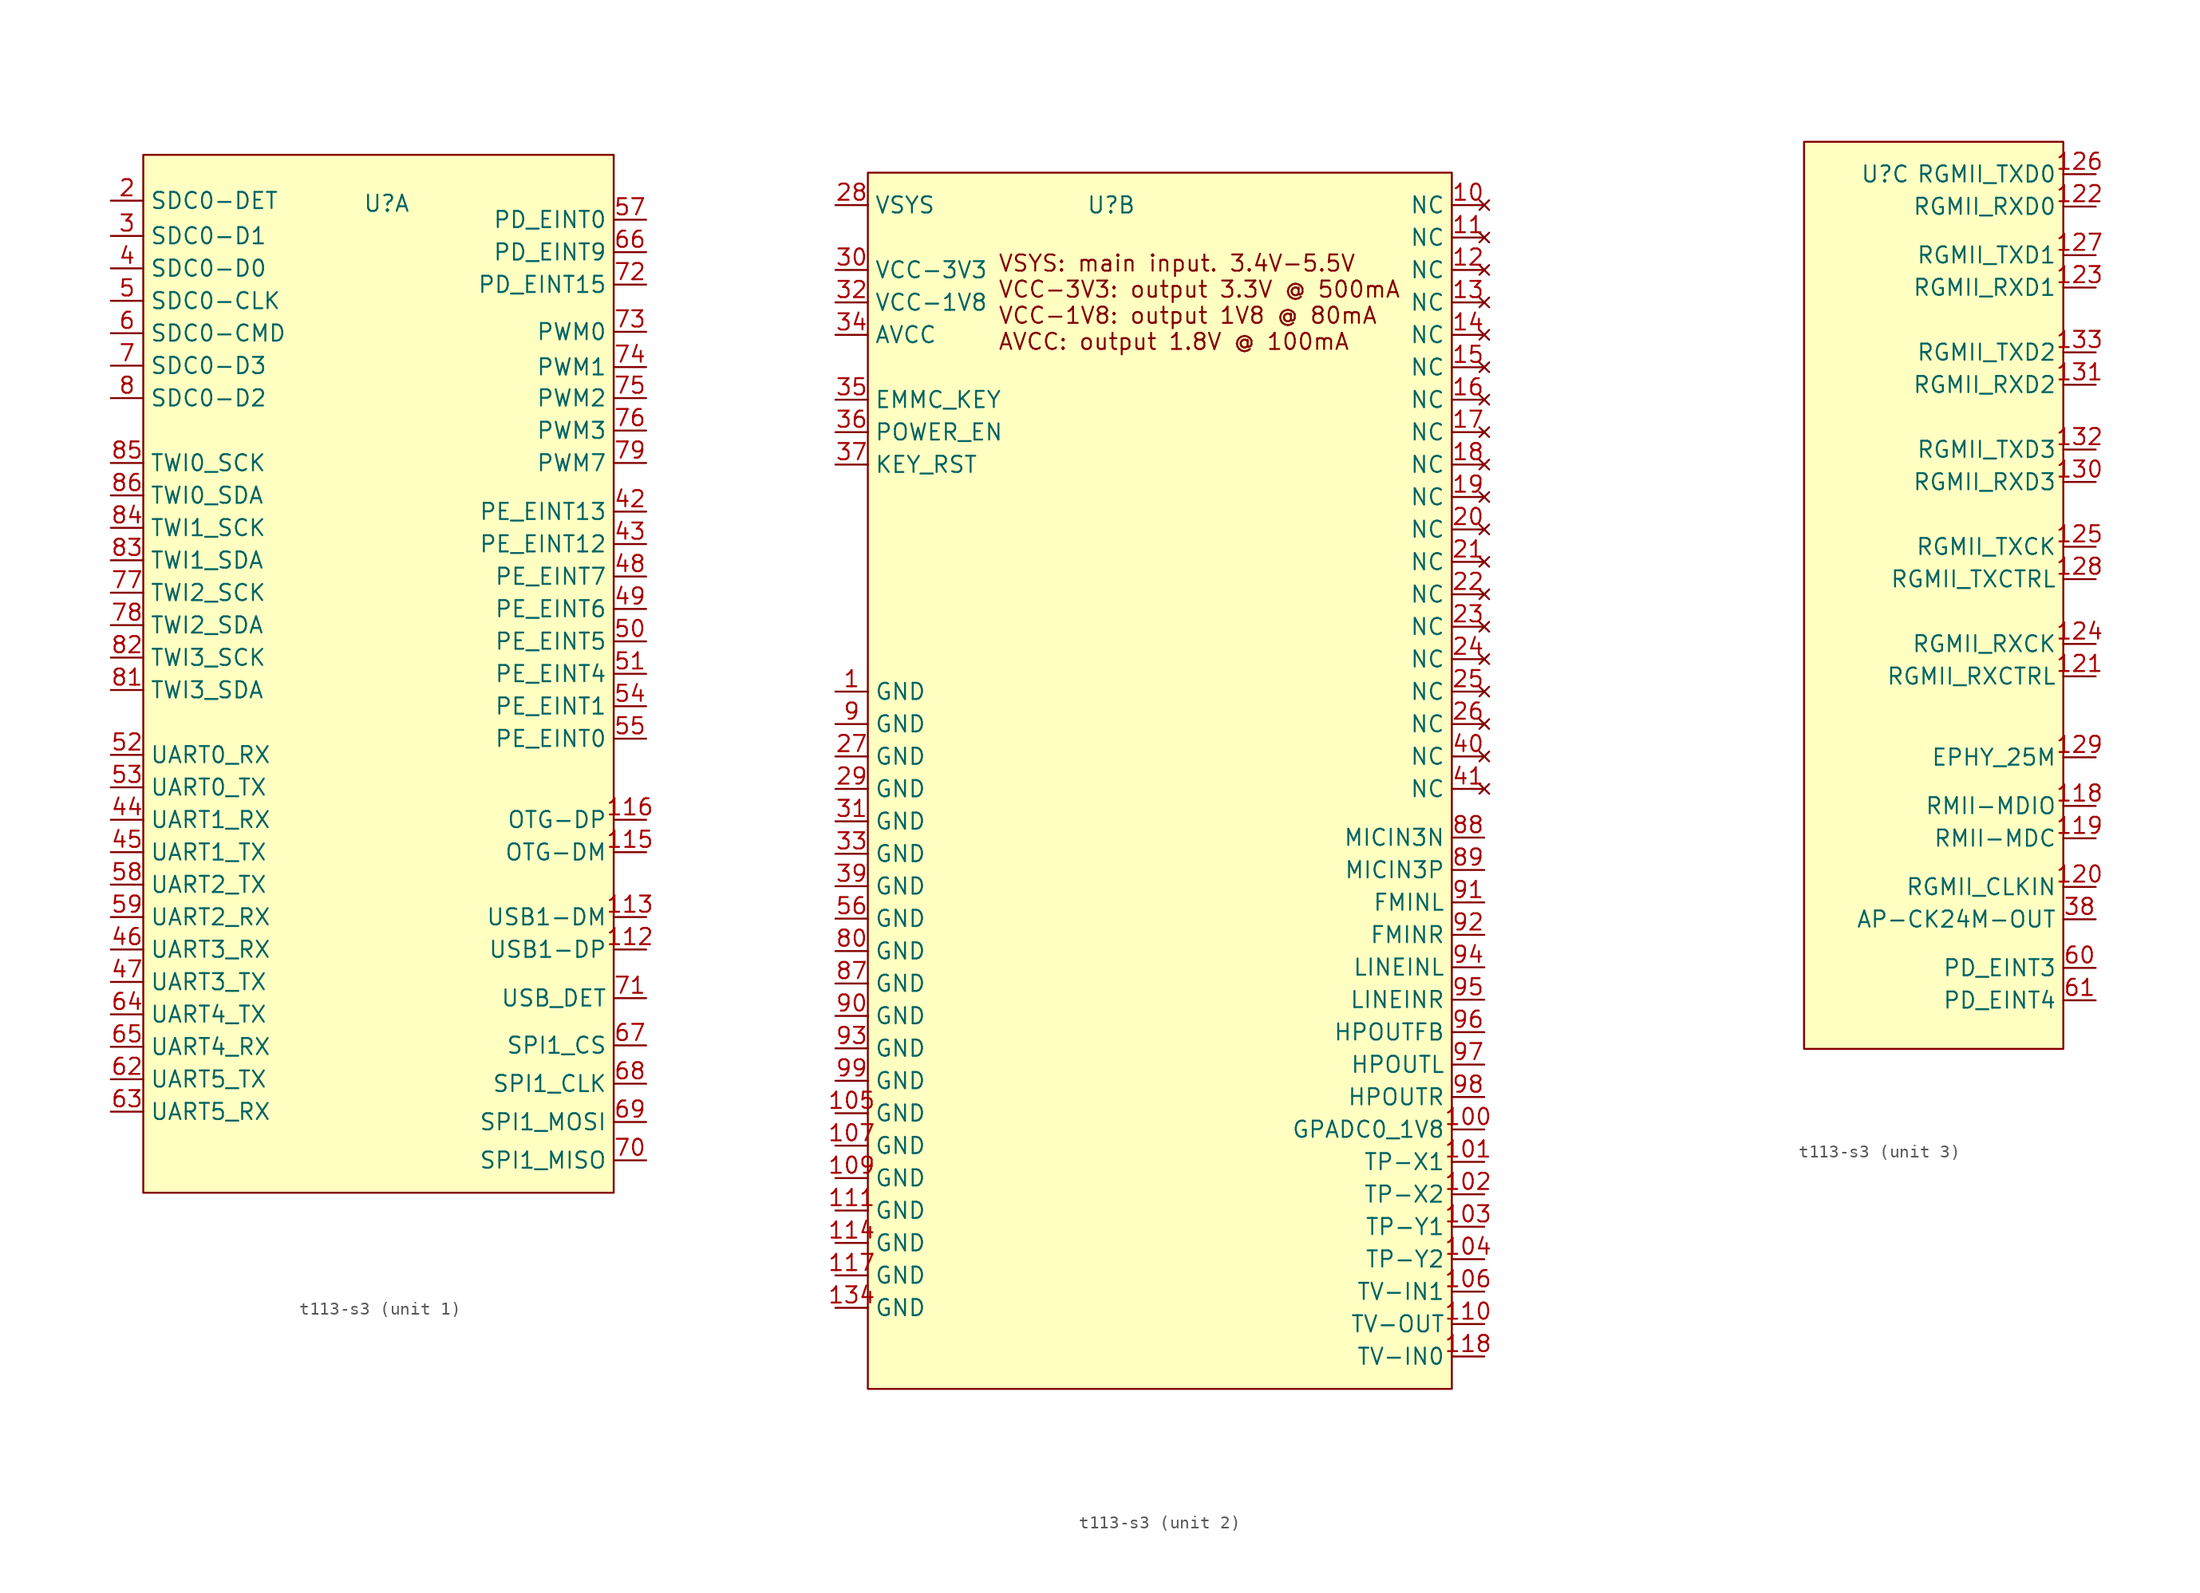
<source format=kicad_sym>
(kicad_symbol_lib
  (version 20220914)
  (generator kicad_symbol_editor)
  (symbol "t113-s3"
    (property "Reference" "U"
      (at 87.63 16.51 0)
      (effects (font (size 1.27 1.27))))
    (property "Value" ""
      (at 69.85 1.27 0)
      (effects (font (size 1.27 1.27))))
    (property "ki_locked" ""
      (at 0 0 0)
      (effects (font (size 1.27 1.27))))
    (symbol "t113-s3_1_1"
      (rectangle (start 68.58 20.32) (end 105.41 -60.96) (stroke (width 0) (type default)) (fill (type background)))
      (pin output line (at 107.95 -41.91 180) (length 2.54) (name "USB1-DP" (effects (font (size 1.27 1.27)))) (number "112" (effects (font (size 1.27 1.27)))))
      (pin output line (at 107.95 -39.37 180) (length 2.54) (name "USB1-DM" (effects (font (size 1.27 1.27)))) (number "113" (effects (font (size 1.27 1.27)))))
      (pin output line (at 107.95 -34.29 180) (length 2.54) (name "OTG-DM" (effects (font (size 1.27 1.27)))) (number "115" (effects (font (size 1.27 1.27)))) (alternate "USB0-DM" output line))
      (pin output line (at 107.95 -31.75 180) (length 2.54) (name "OTG-DP" (effects (font (size 1.27 1.27)))) (number "116" (effects (font (size 1.27 1.27)))) (alternate "USB0-DP" output line))
      (pin output line (at 66.04 16.73 0) (length 2.54) (name "SDC0-DET" (effects (font (size 1.27 1.27)))) (number "2" (effects (font (size 1.27 1.27)))) (alternate "I2S2_MCLK" bidirectional line) (alternate "IR_RX" bidirectional line) (alternate "PF6" bidirectional line) (alternate "PF_EINT6" bidirectional line) (alternate "PWM5" bidirectional line) (alternate "SPDIF_OUT" bidirectional line))
      (pin output line (at 66.04 13.97 0) (length 2.54) (name "SDC0-D1" (effects (font (size 1.27 1.27)))) (number "3" (effects (font (size 1.27 1.27)))) (alternate "I2S2_DIN0" bidirectional line) (alternate "I2S2_DOUT1" bidirectional line) (alternate "JTAG_MS" bidirectional line) (alternate "PF0" bidirectional line) (alternate "PF_EINT0" bidirectional line) (alternate "R_JTAG_MS" bidirectional line) (alternate "SDC0_D1" bidirectional line))
      (pin output line (at 66.04 11.43 0) (length 2.54) (name "SDC0-D0" (effects (font (size 1.27 1.27)))) (number "4" (effects (font (size 1.27 1.27)))) (alternate "I2S2_DIN1" bidirectional line) (alternate "I2S2_DOUT0" bidirectional line) (alternate "JTAG_DI" bidirectional line) (alternate "PF1" bidirectional line) (alternate "PF_EINT1" bidirectional line) (alternate "R_JTAG_DI" bidirectional line) (alternate "SDC0_D0" bidirectional line))
      (pin output line (at 107.95 -7.62 180) (length 2.54) (name "PE_EINT13" (effects (font (size 1.27 1.27)))) (number "42" (effects (font (size 1.27 1.27)))) (alternate "DMIC_DATA3" bidirectional line) (alternate "I2S0_DIN1" bidirectional line) (alternate "I2S0_DOUT0" bidirectional line) (alternate "PE13" bidirectional line) (alternate "PE_EINT13" bidirectional line) (alternate "PWM5" bidirectional line) (alternate "RGMII_RXD2" bidirectional line) (alternate "TWI2_SDA" bidirectional line))
      (pin output line (at 107.95 -10.16 180) (length 2.54) (name "PE_EINT12" (effects (font (size 1.27 1.27)))) (number "43" (effects (font (size 1.27 1.27)))) (alternate "I2S0_DIN2" bidirectional line) (alternate "I2S0_DOUT2" bidirectional line) (alternate "NCSI0_FIELD" bidirectional line) (alternate "PE12" bidirectional line) (alternate "PE_EINT12" bidirectional line) (alternate "RGMII_TXD3" bidirectional line) (alternate "TWI2_SCK" bidirectional line))
      (pin output line (at 66.04 -31.75 0) (length 2.54) (name "UART1_RX" (effects (font (size 1.27 1.27)))) (number "44" (effects (font (size 1.27 1.27)))) (alternate "I2S0_DIN3" bidirectional line) (alternate "I2S0_DOUT3" bidirectional line) (alternate "JTAG_CK" bidirectional line) (alternate "NCSI0_D7" bidirectional line) (alternate "PE11" bidirectional line) (alternate "PE_EINT11" bidirectional line) (alternate "RGMII_TXD2" bidirectional line) (alternate "UART1_RX" bidirectional line))
      (pin output line (at 66.04 -34.29 0) (length 2.54) (name "UART1_TX" (effects (font (size 1.27 1.27)))) (number "45" (effects (font (size 1.27 1.27)))) (alternate "EPHY_25M" bidirectional line) (alternate "IR_RX" bidirectional line) (alternate "JTAG_DO" bidirectional line) (alternate "NCSI0_D6" bidirectional line) (alternate "PE10" bidirectional line) (alternate "PE_EINT10" bidirectional line) (alternate "PWM4" bidirectional line) (alternate "UART1_TX" bidirectional line))
      (pin output line (at 66.04 -41.91 0) (length 2.54) (name "UART3_RX" (effects (font (size 1.27 1.27)))) (number "46" (effects (font (size 1.27 1.27)))) (alternate "JTAG_DI" bidirectional line) (alternate "MDIO" bidirectional line) (alternate "NCSI0_D5" bidirectional line) (alternate "PE9" bidirectional line) (alternate "PE_EINT9" bidirectional line) (alternate "PWM3" bidirectional line) (alternate "UART1_CTS" bidirectional line) (alternate "UART3_RX" bidirectional line))
      (pin output line (at 66.04 -44.45 0) (length 2.54) (name "UART3_TX" (effects (font (size 1.27 1.27)))) (number "47" (effects (font (size 1.27 1.27)))) (alternate "JTAG_MS" bidirectional line) (alternate "MDC" bidirectional line) (alternate "NCSI0_D4" bidirectional line) (alternate "PE8" bidirectional line) (alternate "PE_EINT8" bidirectional line) (alternate "PWM2" bidirectional line) (alternate "UART1_RTS" bidirectional line) (alternate "UART3_TX" bidirectional line))
      (pin output line (at 107.95 -12.7 180) (length 2.54) (name "PE_EINT7" (effects (font (size 1.27 1.27)))) (number "48" (effects (font (size 1.27 1.27)))) (alternate "D_JTAG_CK" bidirectional line) (alternate "NCSI0_D3" bidirectional line) (alternate "PE7" bidirectional line) (alternate "PE_EINT7" bidirectional line) (alternate "RGMII_CLKIN" bidirectional line) (alternate "RMII_RXER" bidirectional line) (alternate "SPDIF_OUT" bidirectional line) (alternate "TWI3_SDA" bidirectional line) (alternate "UART5_RX" bidirectional line))
      (pin output line (at 107.95 -15.24 180) (length 2.54) (name "PE_EINT6" (effects (font (size 1.27 1.27)))) (number "49" (effects (font (size 1.27 1.27)))) (alternate "D_JTAG_DO" bidirectional line) (alternate "NCSI0_D2" bidirectional line) (alternate "PE6" bidirectional line) (alternate "PE_EINT6" bidirectional line) (alternate "RGMII_TXCTRL" bidirectional line) (alternate "RMII_TXEN" bidirectional line) (alternate "SPDIF_IN" bidirectional line) (alternate "TWI3_SCK" bidirectional line) (alternate "UART5_TX" bidirectional line))
      (pin output line (at 66.04 8.89 0) (length 2.54) (name "SDC0-CLK" (effects (font (size 1.27 1.27)))) (number "5" (effects (font (size 1.27 1.27)))) (alternate "LEDC_DO" bidirectional line) (alternate "PF2" bidirectional line) (alternate "PF_EINT2" bidirectional line) (alternate "SDC0_CLK" bidirectional line) (alternate "SPDIF_IN" bidirectional line) (alternate "TWI0_SCK" bidirectional line) (alternate "UART0_TX" bidirectional line))
      (pin output line (at 107.95 -17.78 180) (length 2.54) (name "PE_EINT5" (effects (font (size 1.27 1.27)))) (number "50" (effects (font (size 1.27 1.27)))) (alternate "D_JTAG_DI" bidirectional line) (alternate "LEDC_DO" bidirectional line) (alternate "NCSI0_D1" bidirectional line) (alternate "PE5" bidirectional line) (alternate "PE_EINT5" bidirectional line) (alternate "RGMII_TXD1" bidirectional line) (alternate "TWI2_SDA" bidirectional line) (alternate "UART4_RX" bidirectional line))
      (pin output line (at 107.95 -20.32 180) (length 2.54) (name "PE_EINT4" (effects (font (size 1.27 1.27)))) (number "51" (effects (font (size 1.27 1.27)))) (alternate "CLK_FANOUT2" bidirectional line) (alternate "D_JTAG_MS" bidirectional line) (alternate "NCSI0_D0" bidirectional line) (alternate "PE4" bidirectional line) (alternate "PE_EINT4" bidirectional line) (alternate "RGMII_TXD0" bidirectional line) (alternate "TWI2_SCK" bidirectional line) (alternate "UART4_TX" bidirectional line))
      (pin output line (at 66.04 -26.67 0) (length 2.54) (name "UART0_RX" (effects (font (size 1.27 1.27)))) (number "52" (effects (font (size 1.27 1.27)))) (alternate "CLK_FANOUT1" bidirectional line) (alternate "NCSI0_MCLK" bidirectional line) (alternate "PE3" bidirectional line) (alternate "PE_EINT3" bidirectional line) (alternate "RGMII_TXCK" bidirectional line) (alternate "TWI0_SDA" bidirectional line) (alternate "UART0_RX" bidirectional line) (alternate "UART2_RX" bidirectional line))
      (pin output line (at 66.04 -29.21 0) (length 2.54) (name "UART0_TX" (effects (font (size 1.27 1.27)))) (number "53" (effects (font (size 1.27 1.27)))) (alternate "CLK_FANOUT0" bidirectional line) (alternate "NCSI0_PCLK" bidirectional line) (alternate "PE2" bidirectional line) (alternate "PE_EINT2" bidirectional line) (alternate "RGMII_RXD1" bidirectional line) (alternate "TWI0_SCK" bidirectional line) (alternate "UART0_TX" bidirectional line) (alternate "UART2_TX" bidirectional line))
      (pin output line (at 107.95 -22.86 180) (length 2.54) (name "PE_EINT1" (effects (font (size 1.27 1.27)))) (number "54" (effects (font (size 1.27 1.27)))) (alternate "LCD0_VSYNC" bidirectional line) (alternate "NCSI0_VSYNC" bidirectional line) (alternate "PE1" bidirectional line) (alternate "PE_EINT1" bidirectional line) (alternate "RGMII_RXD0" bidirectional line) (alternate "RMII_RXD0" bidirectional line) (alternate "TWI1_SDA" bidirectional line) (alternate "UART2_CTS" bidirectional line))
      (pin output line (at 107.95 -25.4 180) (length 2.54) (name "PE_EINT0" (effects (font (size 1.27 1.27)))) (number "55" (effects (font (size 1.27 1.27)))) (alternate "LCD0_HSYNC" bidirectional line) (alternate "NCSI0_HSYNC" bidirectional line) (alternate "PE_EINT0" bidirectional line) (alternate "RGMII_RXCTRL" bidirectional line) (alternate "RMII_CRS_DV" bidirectional line) (alternate "TWI1_SCK" bidirectional line) (alternate "UART2_RTS" bidirectional line))
      (pin input line (at 107.95 15.24 180) (length 2.54) (name "PD_EINT0" (effects (font (size 1.27 1.27)))) (number "57" (effects (font (size 1.27 1.27)))) (alternate "DSI_D0P" bidirectional line) (alternate "LCD0_D2" bidirectional line) (alternate "LVDS0_V0P" bidirectional line) (alternate "PD0" bidirectional line) (alternate "PD_EINT0" bidirectional line) (alternate "TWI0_SCK" bidirectional line))
      (pin input line (at 66.04 -36.83 0) (length 2.54) (name "UART2_TX" (effects (font (size 1.27 1.27)))) (number "58" (effects (font (size 1.27 1.27)))) (alternate "DSI_D0N" bidirectional line) (alternate "LCD0_D3" bidirectional line) (alternate "LVDS0_V0N" bidirectional line) (alternate "PD1" bidirectional line) (alternate "PD_EINT1" bidirectional line) (alternate "UART2_TX" bidirectional line))
      (pin input line (at 66.04 -39.37 0) (length 2.54) (name "UART2_RX" (effects (font (size 1.27 1.27)))) (number "59" (effects (font (size 1.27 1.27)))) (alternate "DSI_D1P" bidirectional line) (alternate "LCD0_D4" bidirectional line) (alternate "LVDS0_V1P" bidirectional line) (alternate "PD2" bidirectional line) (alternate "PD_EINT2" bidirectional line) (alternate "UART2_RX" bidirectional line))
      (pin output line (at 66.04 6.35 0) (length 2.54) (name "SDC0-CMD" (effects (font (size 1.27 1.27)))) (number "6" (effects (font (size 1.27 1.27)))) (alternate "I2S2_BCLK" bidirectional line) (alternate "JTAG_DO" bidirectional line) (alternate "PF3" bidirectional line) (alternate "PF_EINT3" bidirectional line) (alternate "R_JTAG_DO" bidirectional line) (alternate "SDC0_CMD" bidirectional line))
      (pin input line (at 66.04 -52.07 0) (length 2.54) (name "UART5_TX" (effects (font (size 1.27 1.27)))) (number "62" (effects (font (size 1.27 1.27)))) (alternate "DSI_CKN" bidirectional line) (alternate "LCD0_D7" bidirectional line) (alternate "LVDS0_V2N" bidirectional line) (alternate "PD5" bidirectional line) (alternate "PD_EINT5" bidirectional line) (alternate "UART5_TX" bidirectional line))
      (pin input line (at 66.04 -54.61 0) (length 2.54) (name "UART5_RX" (effects (font (size 1.27 1.27)))) (number "63" (effects (font (size 1.27 1.27)))) (alternate "DSI_D2P" bidirectional line) (alternate "LCD0_D10" bidirectional line) (alternate "LVDS0_CKP" bidirectional line) (alternate "PD6" bidirectional line) (alternate "PD_EINT6" bidirectional line) (alternate "UART5_RX" bidirectional line))
      (pin input line (at 66.04 -46.99 0) (length 2.54) (name "UART4_TX" (effects (font (size 1.27 1.27)))) (number "64" (effects (font (size 1.27 1.27)))) (alternate "DSI_D2N" bidirectional line) (alternate "LCD0_D11" bidirectional line) (alternate "LVDS0_CKN" bidirectional line) (alternate "PD7" bidirectional line) (alternate "PD_EINT7" bidirectional line) (alternate "UART4_TX" bidirectional line))
      (pin input line (at 66.04 -49.53 0) (length 2.54) (name "UART4_RX" (effects (font (size 1.27 1.27)))) (number "65" (effects (font (size 1.27 1.27)))) (alternate "DSI_D3P" bidirectional line) (alternate "LCD0_D12" bidirectional line) (alternate "LVDS0_V3P" bidirectional line) (alternate "PD8" bidirectional line) (alternate "PD_EINT8" bidirectional line) (alternate "UART4_RX" bidirectional line))
      (pin input line (at 107.95 12.7 180) (length 2.54) (name "PD_EINT9" (effects (font (size 1.27 1.27)))) (number "66" (effects (font (size 1.27 1.27)))) (alternate "DSI_D3N" bidirectional line) (alternate "LCD0_D13" bidirectional line) (alternate "LVDS0_V3N" bidirectional line) (alternate "PD9" bidirectional line) (alternate "PD_EINT9" bidirectional line) (alternate "PWM6" bidirectional line))
      (pin input line (at 107.95 -49.42 180) (length 2.54) (name "SPI1_CS" (effects (font (size 1.27 1.27)))) (number "67" (effects (font (size 1.27 1.27)))) (alternate "DBI_CSX" bidirectional line) (alternate "LCD0_D14" bidirectional line) (alternate "LVDS1_V0P" bidirectional line) (alternate "PD10" bidirectional line) (alternate "PD_EINT10" bidirectional line) (alternate "SPI1_CS" bidirectional line) (alternate "UART3_TX" bidirectional line))
      (pin input line (at 107.95 -52.42 180) (length 2.54) (name "SPI1_CLK" (effects (font (size 1.27 1.27)))) (number "68" (effects (font (size 1.27 1.27)))) (alternate "DBI_SCLK" bidirectional line) (alternate "LCD0_D15" bidirectional line) (alternate "LVDS1_V0N" bidirectional line) (alternate "PD11" bidirectional line) (alternate "PD_EINT11" bidirectional line) (alternate "SPI1_CLK" bidirectional line) (alternate "UART3_RX" bidirectional line))
      (pin input line (at 107.95 -55.42 180) (length 2.54) (name "SPI1_MOSI" (effects (font (size 1.27 1.27)))) (number "69" (effects (font (size 1.27 1.27)))) (alternate "DBI_SDO" bidirectional line) (alternate "LCD0_D18" bidirectional line) (alternate "LVDS1_V1P" bidirectional line) (alternate "PD12" bidirectional line) (alternate "PD_EINT12" bidirectional line) (alternate "SPI1_MOSI" bidirectional line) (alternate "TWI0_SDA" bidirectional line))
      (pin output line (at 66.04 3.81 0) (length 2.54) (name "SDC0-D3" (effects (font (size 1.27 1.27)))) (number "7" (effects (font (size 1.27 1.27)))) (alternate "IR_TX" bidirectional line) (alternate "PF4" bidirectional line) (alternate "PF_EINT4" bidirectional line) (alternate "PWM6" bidirectional line) (alternate "SDC0_D3" bidirectional line) (alternate "TWI0_SDA" bidirectional line) (alternate "UART0_RX" bidirectional line))
      (pin input line (at 107.95 -58.42 180) (length 2.54) (name "SPI1_MISO" (effects (font (size 1.27 1.27)))) (number "70" (effects (font (size 1.27 1.27)))) (alternate "DBI_DCX" bidirectional line) (alternate "DBI_SDI" bidirectional line) (alternate "DBI_TE" bidirectional line) (alternate "LCD0_D19" bidirectional line) (alternate "LVDS1_V1N" bidirectional line) (alternate "PD13" bidirectional line) (alternate "PD_EINT13" bidirectional line) (alternate "SPI1_MISO" bidirectional line) (alternate "UART3_RTS" bidirectional line))
      (pin input line (at 107.95 -45.72 180) (length 2.54) (name "USB_DET" (effects (font (size 1.27 1.27)))) (number "71" (effects (font (size 1.27 1.27)))) (alternate "DBI_DCX" bidirectional line) (alternate "DBI_WRX" bidirectional line) (alternate "LCD0_D20" bidirectional line) (alternate "LVDS1_V2P" bidirectional line) (alternate "PD14" bidirectional line) (alternate "PD_EINT14" bidirectional line) (alternate "SPI1_HOLD" bidirectional line) (alternate "UART3_CTS" bidirectional line))
      (pin input line (at 107.95 10.16 180) (length 2.54) (name "PD_EINT15" (effects (font (size 1.27 1.27)))) (number "72" (effects (font (size 1.27 1.27)))) (alternate "DBI_TE" bidirectional line) (alternate "IR_RX" bidirectional line) (alternate "LCD0_D21" bidirectional line) (alternate "LVDS1_V2N" bidirectional line) (alternate "PD15" bidirectional line) (alternate "PD_EINT15" bidirectional line) (alternate "SPI1_WP" bidirectional line))
      (pin input line (at 107.95 6.46 180) (length 2.54) (name "PWM0" (effects (font (size 1.27 1.27)))) (number "73" (effects (font (size 1.27 1.27)))) (alternate "DMIC_DATA3" bidirectional line) (alternate "LCD0_D22" bidirectional line) (alternate "LVDS1_CKP" bidirectional line) (alternate "PD16" bidirectional line) (alternate "PD_EINT16" bidirectional line) (alternate "PWM0" bidirectional line))
      (pin input line (at 107.95 3.7 180) (length 2.54) (name "PWM1" (effects (font (size 1.27 1.27)))) (number "74" (effects (font (size 1.27 1.27)))) (alternate "DMIC_DATA2" bidirectional line) (alternate "LCD0_D23" bidirectional line) (alternate "LVDS1_CKN" bidirectional line) (alternate "PD17" bidirectional line) (alternate "PD_EINT17" bidirectional line) (alternate "PWM1" bidirectional line))
      (pin input line (at 107.95 1.27 180) (length 2.54) (name "PWM2" (effects (font (size 1.27 1.27)))) (number "75" (effects (font (size 1.27 1.27)))) (alternate "DMIC_DATA1" bidirectional line) (alternate "LCD0_CLK" bidirectional line) (alternate "LVDS1_V3P" bidirectional line) (alternate "PD18" bidirectional line) (alternate "PD_EINT18" bidirectional line) (alternate "PWM2" bidirectional line))
      (pin input line (at 107.95 -1.27 180) (length 2.54) (name "PWM3" (effects (font (size 1.27 1.27)))) (number "76" (effects (font (size 1.27 1.27)))) (alternate "DMIC_DATA0" bidirectional line) (alternate "LCD0_DE" bidirectional line) (alternate "LVDS1_V3N" bidirectional line) (alternate "PD19" bidirectional line) (alternate "PD_EINT19" bidirectional line) (alternate "PWM3" bidirectional line))
      (pin input line (at 66.04 -13.97 0) (length 2.54) (name "TWI2_SCK" (effects (font (size 1.27 1.27)))) (number "77" (effects (font (size 1.27 1.27)))) (alternate "DMIC_CLK" bidirectional line) (alternate "LCD0_HSYNC" bidirectional line) (alternate "PD20" bidirectional line) (alternate "PD_EINT20" bidirectional line) (alternate "PWM4" bidirectional line) (alternate "TWI2_SCK" bidirectional line))
      (pin input line (at 66.04 -16.51 0) (length 2.54) (name "TWI2_SDA" (effects (font (size 1.27 1.27)))) (number "78" (effects (font (size 1.27 1.27)))) (alternate "LCD0_VSYNC" bidirectional line) (alternate "PD21" bidirectional line) (alternate "PD_EINT21" bidirectional line) (alternate "PWM5" bidirectional line) (alternate "TWI2_SDA" bidirectional line) (alternate "UART1_TX" bidirectional line))
      (pin input line (at 107.95 -3.81 180) (length 2.54) (name "PWM7" (effects (font (size 1.27 1.27)))) (number "79" (effects (font (size 1.27 1.27)))) (alternate "IR_RX" bidirectional line) (alternate "PD22" bidirectional line) (alternate "PD_EINT22" bidirectional line) (alternate "PWM7" bidirectional line) (alternate "SPDIF_OUT" bidirectional line) (alternate "UART1_RX" bidirectional line))
      (pin output line (at 66.04 1.27 0) (length 2.54) (name "SDC0-D2" (effects (font (size 1.27 1.27)))) (number "8" (effects (font (size 1.27 1.27)))) (alternate "I2S2_LRCK" bidirectional line) (alternate "JTAG_CK" bidirectional line) (alternate "PF5" bidirectional line) (alternate "PF_EINT5" bidirectional line) (alternate "R_JTAG_CK" bidirectional line) (alternate "SDC0_D2" bidirectional line))
      (pin input line (at 66.04 -21.59 0) (length 2.54) (name "TWI3_SDA" (effects (font (size 1.27 1.27)))) (number "81" (effects (font (size 1.27 1.27)))) (alternate "CPUBIST1" bidirectional line) (alternate "I2S2_MCLK" bidirectional line) (alternate "IR_RX" bidirectional line) (alternate "LCD0_D17" bidirectional line) (alternate "LCD0_D23" bidirectional line) (alternate "PB7" bidirectional line) (alternate "PB_EINT7" bidirectional line) (alternate "TWI3_SDA" bidirectional line) (alternate "UART3_RX" bidirectional line))
      (pin input line (at 66.04 -19.05 0) (length 2.54) (name "TWI3_SCK" (effects (font (size 1.27 1.27)))) (number "82" (effects (font (size 1.27 1.27)))) (alternate "CPUBIST0" bidirectional line) (alternate "I2S2_LRCK" bidirectional line) (alternate "LCD0_D16" bidirectional line) (alternate "LCD0_D22" bidirectional line) (alternate "PB6" bidirectional line) (alternate "PB_EINT6" bidirectional line) (alternate "PWM1" bidirectional line) (alternate "TWI3_SCK" bidirectional line) (alternate "UART3_TX" bidirectional line))
      (pin input line (at 66.04 -11.43 0) (length 2.54) (name "TWI1_SDA" (effects (font (size 1.27 1.27)))) (number "83" (effects (font (size 1.27 1.27)))) (alternate "CAN1" bidirectional line) (alternate "I2S2_BCLK" bidirectional line) (alternate "LCD0_D21" bidirectional line) (alternate "LCD0_D9" bidirectional line) (alternate "PB5" bidirectional line) (alternate "PB_EINT5" bidirectional line) (alternate "PWM0" bidirectional line) (alternate "RX0" bidirectional line) (alternate "TWI1_SDA" bidirectional line) (alternate "UART5_RX" bidirectional line))
      (pin input line (at 66.04 -8.89 0) (length 2.54) (name "TWI1_SCK" (effects (font (size 1.27 1.27)))) (number "84" (effects (font (size 1.27 1.27)))) (alternate "CAN1" bidirectional line) (alternate "I2S2_DIN1" bidirectional line) (alternate "I2S2_DOUT0" bidirectional line) (alternate "LCD0_D20" bidirectional line) (alternate "LCD0_D8" bidirectional line) (alternate "PB4" bidirectional line) (alternate "PB_EINT4" bidirectional line) (alternate "TWI1_SCK" bidirectional line) (alternate "TX0" bidirectional line) (alternate "UART5_TX" bidirectional line))
      (pin input line (at 66.04 -3.81 0) (length 2.54) (name "TWI0_SCK" (effects (font (size 1.27 1.27)))) (number "85" (effects (font (size 1.27 1.27)))) (alternate "CAN0" bidirectional line) (alternate "I2S2_DIN0" bidirectional line) (alternate "I2S2_DOUT1" bidirectional line) (alternate "LCD0_D1" bidirectional line) (alternate "LCD0_D19" bidirectional line) (alternate "PB3" bidirectional line) (alternate "PB_EINT3" bidirectional line) (alternate "RX0" bidirectional line) (alternate "TWI0_SCK" bidirectional line) (alternate "UART4_RX" bidirectional line))
      (pin input line (at 66.04 -6.35 0) (length 2.54) (name "TWI0_SDA" (effects (font (size 1.27 1.27)))) (number "86" (effects (font (size 1.27 1.27)))) (alternate "CAN0" bidirectional line) (alternate "I2S2_DIN2" bidirectional line) (alternate "I2S2_DOUT2" bidirectional line) (alternate "LCD0_D0" bidirectional line) (alternate "LCD0_D18" bidirectional line) (alternate "PB2" bidirectional line) (alternate "PB_EINT2" bidirectional line) (alternate "TWI0_SDA" bidirectional line) (alternate "TX0" bidirectional line) (alternate "UART4_TX" bidirectional line)))
    (symbol "t113-s3_2_1"
      (rectangle (start 68.58 19.05) (end 114.3 -76.2) (stroke (width 0) (type default)) (fill (type background)))
      (text "VSYS: main input. 3.4V-5.5V\nVCC-3V3: output 3.3V @ 500mA\nVCC-1V8: output 1V8 @ 80mA\nAVCC: output 1.8V @ 100mA\n" (at 78.74 8.89 0) (effects (font (size 1.27 1.27)) (justify left)))
      (pin power_in line (at 66.04 -21.59 0) (length 2.54) (name "GND" (effects (font (size 1.27 1.27)))) (number "1" (effects (font (size 1.27 1.27)))))
      (pin no_connect line (at 116.84 16.51 180) (length 2.54) (name "NC" (effects (font (size 1.27 1.27)))) (number "10" (effects (font (size 1.27 1.27)))))
      (pin input line (at 116.84 -55.88 180) (length 2.54) (name "GPADC0_1V8" (effects (font (size 1.27 1.27)))) (number "100" (effects (font (size 1.27 1.27)))))
      (pin input line (at 116.84 -58.42 180) (length 2.54) (name "TP-X1" (effects (font (size 1.27 1.27)))) (number "101" (effects (font (size 1.27 1.27)))))
      (pin input line (at 116.84 -60.96 180) (length 2.54) (name "TP-X2" (effects (font (size 1.27 1.27)))) (number "102" (effects (font (size 1.27 1.27)))))
      (pin input line (at 116.84 -63.5 180) (length 2.54) (name "TP-Y1" (effects (font (size 1.27 1.27)))) (number "103" (effects (font (size 1.27 1.27)))))
      (pin input line (at 116.84 -66.04 180) (length 2.54) (name "TP-Y2" (effects (font (size 1.27 1.27)))) (number "104" (effects (font (size 1.27 1.27)))))
      (pin power_in line (at 66.04 -54.61 0) (length 2.54) (name "GND" (effects (font (size 1.27 1.27)))) (number "105" (effects (font (size 1.27 1.27)))))
      (pin input line (at 116.84 -68.58 180) (length 2.54) (name "TV-IN1" (effects (font (size 1.27 1.27)))) (number "106" (effects (font (size 1.27 1.27)))) (alternate "CVBS input 1" output line))
      (pin power_in line (at 66.04 -57.15 0) (length 2.54) (name "GND" (effects (font (size 1.27 1.27)))) (number "107" (effects (font (size 1.27 1.27)))))
      (pin power_in line (at 66.04 -59.69 0) (length 2.54) (name "GND" (effects (font (size 1.27 1.27)))) (number "109" (effects (font (size 1.27 1.27)))))
      (pin no_connect line (at 116.84 13.97 180) (length 2.54) (name "NC" (effects (font (size 1.27 1.27)))) (number "11" (effects (font (size 1.27 1.27)))))
      (pin output line (at 116.84 -71.12 180) (length 2.54) (name "TV-OUT" (effects (font (size 1.27 1.27)))) (number "110" (effects (font (size 1.27 1.27)))) (alternate "CVBS output" output line))
      (pin power_in line (at 66.04 -62.23 0) (length 2.54) (name "GND" (effects (font (size 1.27 1.27)))) (number "111" (effects (font (size 1.27 1.27)))))
      (pin power_in line (at 66.04 -64.77 0) (length 2.54) (name "GND" (effects (font (size 1.27 1.27)))) (number "114" (effects (font (size 1.27 1.27)))))
      (pin power_in line (at 66.04 -67.31 0) (length 2.54) (name "GND" (effects (font (size 1.27 1.27)))) (number "117" (effects (font (size 1.27 1.27)))))
      (pin input line (at 116.84 -73.66 180) (length 2.54) (name "TV-IN0" (effects (font (size 1.27 1.27)))) (number "118" (effects (font (size 1.27 1.27)))) (alternate "CVBS input 0" output line))
      (pin no_connect line (at 116.84 11.43 180) (length 2.54) (name "NC" (effects (font (size 1.27 1.27)))) (number "12" (effects (font (size 1.27 1.27)))))
      (pin no_connect line (at 116.84 8.89 180) (length 2.54) (name "NC" (effects (font (size 1.27 1.27)))) (number "13" (effects (font (size 1.27 1.27)))))
      (pin power_in line (at 66.04 -69.85 0) (length 2.54) (name "GND" (effects (font (size 1.27 1.27)))) (number "134" (effects (font (size 1.27 1.27)))))
      (pin no_connect line (at 116.84 6.35 180) (length 2.54) (name "NC" (effects (font (size 1.27 1.27)))) (number "14" (effects (font (size 1.27 1.27)))))
      (pin no_connect line (at 116.84 3.81 180) (length 2.54) (name "NC" (effects (font (size 1.27 1.27)))) (number "15" (effects (font (size 1.27 1.27)))))
      (pin no_connect line (at 116.84 1.27 180) (length 2.54) (name "NC" (effects (font (size 1.27 1.27)))) (number "16" (effects (font (size 1.27 1.27)))))
      (pin no_connect line (at 116.84 -1.27 180) (length 2.54) (name "NC" (effects (font (size 1.27 1.27)))) (number "17" (effects (font (size 1.27 1.27)))))
      (pin no_connect line (at 116.84 -3.81 180) (length 2.54) (name "NC" (effects (font (size 1.27 1.27)))) (number "18" (effects (font (size 1.27 1.27)))))
      (pin no_connect line (at 116.84 -6.35 180) (length 2.54) (name "NC" (effects (font (size 1.27 1.27)))) (number "19" (effects (font (size 1.27 1.27)))))
      (pin no_connect line (at 116.84 -8.89 180) (length 2.54) (name "NC" (effects (font (size 1.27 1.27)))) (number "20" (effects (font (size 1.27 1.27)))))
      (pin no_connect line (at 116.84 -11.43 180) (length 2.54) (name "NC" (effects (font (size 1.27 1.27)))) (number "21" (effects (font (size 1.27 1.27)))))
      (pin no_connect line (at 116.84 -13.97 180) (length 2.54) (name "NC" (effects (font (size 1.27 1.27)))) (number "22" (effects (font (size 1.27 1.27)))))
      (pin no_connect line (at 116.84 -16.51 180) (length 2.54) (name "NC" (effects (font (size 1.27 1.27)))) (number "23" (effects (font (size 1.27 1.27)))))
      (pin no_connect line (at 116.84 -19.05 180) (length 2.54) (name "NC" (effects (font (size 1.27 1.27)))) (number "24" (effects (font (size 1.27 1.27)))))
      (pin no_connect line (at 116.84 -21.59 180) (length 2.54) (name "NC" (effects (font (size 1.27 1.27)))) (number "25" (effects (font (size 1.27 1.27)))))
      (pin no_connect line (at 116.84 -24.13 180) (length 2.54) (name "NC" (effects (font (size 1.27 1.27)))) (number "26" (effects (font (size 1.27 1.27)))))
      (pin power_in line (at 66.04 -26.67 0) (length 2.54) (name "GND" (effects (font (size 1.27 1.27)))) (number "27" (effects (font (size 1.27 1.27)))))
      (pin input line (at 66.04 16.51 0) (length 2.54) (name "VSYS" (effects (font (size 1.27 1.27)))) (number "28" (effects (font (size 1.27 1.27)))))
      (pin power_in line (at 66.04 -29.21 0) (length 2.54) (name "GND" (effects (font (size 1.27 1.27)))) (number "29" (effects (font (size 1.27 1.27)))))
      (pin output line (at 66.04 11.43 0) (length 2.54) (name "VCC-3V3" (effects (font (size 1.27 1.27)))) (number "30" (effects (font (size 1.27 1.27)))))
      (pin power_in line (at 66.04 -31.75 0) (length 2.54) (name "GND" (effects (font (size 1.27 1.27)))) (number "31" (effects (font (size 1.27 1.27)))))
      (pin output line (at 66.04 8.89 0) (length 2.54) (name "VCC-1V8" (effects (font (size 1.27 1.27)))) (number "32" (effects (font (size 1.27 1.27)))))
      (pin power_in line (at 66.04 -34.29 0) (length 2.54) (name "GND" (effects (font (size 1.27 1.27)))) (number "33" (effects (font (size 1.27 1.27)))))
      (pin output line (at 66.04 6.35 0) (length 2.54) (name "AVCC" (effects (font (size 1.27 1.27)))) (number "34" (effects (font (size 1.27 1.27)))))
      (pin input line (at 66.04 1.27 0) (length 2.54) (name "EMMC_KEY" (effects (font (size 1.27 1.27)))) (number "35" (effects (font (size 1.27 1.27)))))
      (pin input line (at 66.04 -1.27 0) (length 2.54) (name "POWER_EN" (effects (font (size 1.27 1.27)))) (number "36" (effects (font (size 1.27 1.27)))))
      (pin input line (at 66.04 -3.81 0) (length 2.54) (name "KEY_RST" (effects (font (size 1.27 1.27)))) (number "37" (effects (font (size 1.27 1.27)))))
      (pin power_in line (at 66.04 -36.83 0) (length 2.54) (name "GND" (effects (font (size 1.27 1.27)))) (number "39" (effects (font (size 1.27 1.27)))))
      (pin no_connect line (at 116.84 -26.67 180) (length 2.54) (name "NC" (effects (font (size 1.27 1.27)))) (number "40" (effects (font (size 1.27 1.27)))))
      (pin no_connect line (at 116.84 -29.21 180) (length 2.54) (name "NC" (effects (font (size 1.27 1.27)))) (number "41" (effects (font (size 1.27 1.27)))))
      (pin power_in line (at 66.04 -39.37 0) (length 2.54) (name "GND" (effects (font (size 1.27 1.27)))) (number "56" (effects (font (size 1.27 1.27)))))
      (pin power_in line (at 66.04 -41.91 0) (length 2.54) (name "GND" (effects (font (size 1.27 1.27)))) (number "80" (effects (font (size 1.27 1.27)))))
      (pin power_in line (at 66.04 -44.45 0) (length 2.54) (name "GND" (effects (font (size 1.27 1.27)))) (number "87" (effects (font (size 1.27 1.27)))))
      (pin input line (at 116.84 -33.02 180) (length 2.54) (name "MICIN3N" (effects (font (size 1.27 1.27)))) (number "88" (effects (font (size 1.27 1.27)))))
      (pin input line (at 116.84 -35.56 180) (length 2.54) (name "MICIN3P" (effects (font (size 1.27 1.27)))) (number "89" (effects (font (size 1.27 1.27)))))
      (pin power_in line (at 66.04 -24.13 0) (length 2.54) (name "GND" (effects (font (size 1.27 1.27)))) (number "9" (effects (font (size 1.27 1.27)))))
      (pin power_in line (at 66.04 -46.99 0) (length 2.54) (name "GND" (effects (font (size 1.27 1.27)))) (number "90" (effects (font (size 1.27 1.27)))))
      (pin input line (at 116.84 -38.1 180) (length 2.54) (name "FMINL" (effects (font (size 1.27 1.27)))) (number "91" (effects (font (size 1.27 1.27)))))
      (pin input line (at 116.84 -40.64 180) (length 2.54) (name "FMINR" (effects (font (size 1.27 1.27)))) (number "92" (effects (font (size 1.27 1.27)))))
      (pin power_in line (at 66.04 -49.53 0) (length 2.54) (name "GND" (effects (font (size 1.27 1.27)))) (number "93" (effects (font (size 1.27 1.27)))))
      (pin input line (at 116.84 -43.18 180) (length 2.54) (name "LINEINL" (effects (font (size 1.27 1.27)))) (number "94" (effects (font (size 1.27 1.27)))))
      (pin input line (at 116.84 -45.72 180) (length 2.54) (name "LINEINR" (effects (font (size 1.27 1.27)))) (number "95" (effects (font (size 1.27 1.27)))))
      (pin input line (at 116.84 -48.26 180) (length 2.54) (name "HPOUTFB" (effects (font (size 1.27 1.27)))) (number "96" (effects (font (size 1.27 1.27)))))
      (pin input line (at 116.84 -50.8 180) (length 2.54) (name "HPOUTL" (effects (font (size 1.27 1.27)))) (number "97" (effects (font (size 1.27 1.27)))))
      (pin input line (at 116.84 -53.34 180) (length 2.54) (name "HPOUTR" (effects (font (size 1.27 1.27)))) (number "98" (effects (font (size 1.27 1.27)))))
      (pin power_in line (at 66.04 -52.07 0) (length 2.54) (name "GND" (effects (font (size 1.27 1.27)))) (number "99" (effects (font (size 1.27 1.27))))))
    (symbol "t113-s3_3_1"
      (rectangle (start 81.28 19.05) (end 101.6 -52.07) (stroke (width 0) (type default)) (fill (type background)))
      (pin output line (at 104.14 -33.02 180) (length 2.54) (name "RMII-MDIO" (effects (font (size 1.27 1.27)))) (number "118" (effects (font (size 1.27 1.27)))) (alternate "I2S1_DIN1" bidirectional line) (alternate "I2S1_DOUT0" bidirectional line) (alternate "MDIO" bidirectional line) (alternate "PG15" bidirectional line) (alternate "PG_EINT1" bidirectional line) (alternate "SPI0_HOLD" bidirectional line) (alternate "TWI2_SDA" bidirectional line) (alternate "UART1_CTS" bidirectional line))
      (pin output line (at 104.14 -35.56 180) (length 2.54) (name "RMII-MDC" (effects (font (size 1.27 1.27)))) (number "119" (effects (font (size 1.27 1.27)))) (alternate "I2S1_DIN0" bidirectional line) (alternate "I2S1_DOUT1" bidirectional line) (alternate "MDC" bidirectional line) (alternate "PG14" bidirectional line) (alternate "PG_EINT14" bidirectional line) (alternate "SPI0_WP" bidirectional line) (alternate "TWI2_SCK" bidirectional line) (alternate "UART1_RTS" bidirectional line))
      (pin output line (at 104.14 -39.37 180) (length 2.54) (name "RGMII_CLKIN" (effects (font (size 1.27 1.27)))) (number "120" (effects (font (size 1.27 1.27)))) (alternate "I2S1_BCLK" bidirectional line) (alternate "LEDC_DO" bidirectional line) (alternate "PG13" bidirectional line) (alternate "PG_EINT1" bidirectional line) (alternate "PWM2" bidirectional line) (alternate "RGMII_CLKIN" bidirectional line) (alternate "RMII_RXER" bidirectional line) (alternate "TWI0_SDA" bidirectional line) (alternate "UART1_RX" bidirectional line))
      (pin output line (at 104.14 -22.86 180) (length 2.54) (name "RGMII_RXCTRL" (effects (font (size 1.27 1.27)))) (number "121" (effects (font (size 1.27 1.27)))) (alternate "PG0" bidirectional line) (alternate "PG_EINT0" bidirectional line) (alternate "PWM7" bidirectional line) (alternate "RGMII_RXCTRL" bidirectional line) (alternate "RMII_CRS_DV" bidirectional line) (alternate "SDC1_CLK" bidirectional line) (alternate "UART3_TX" bidirectional line))
      (pin output line (at 104.14 13.97 180) (length 2.54) (name "RGMII_RXD0" (effects (font (size 1.27 1.27)))) (number "122" (effects (font (size 1.27 1.27)))) (alternate "PG1" bidirectional line) (alternate "PG_EINT1" bidirectional line) (alternate "PWM6" bidirectional line) (alternate "RGMII_RXD0" bidirectional line) (alternate "RMII_RXD0" bidirectional line) (alternate "SDC1_CMD" bidirectional line) (alternate "UART3_RX" bidirectional line))
      (pin output line (at 104.14 7.62 180) (length 2.54) (name "RGMII_RXD1" (effects (font (size 1.27 1.27)))) (number "123" (effects (font (size 1.27 1.27)))) (alternate "PG2" bidirectional line) (alternate "PG_EINT2" bidirectional line) (alternate "RGMII_RXD1" bidirectional line) (alternate "RMII_RXD1" bidirectional line) (alternate "SDC1_D0" bidirectional line) (alternate "UART3_RTS" bidirectional line) (alternate "UART4_TX" bidirectional line))
      (pin output line (at 104.14 -20.32 180) (length 2.54) (name "RGMII_RXCK" (effects (font (size 1.27 1.27)))) (number "124" (effects (font (size 1.27 1.27)))) (alternate "CLK_FANOUT0" bidirectional line) (alternate "IR_RX" bidirectional line) (alternate "PG10" bidirectional line) (alternate "PG_EINT10" bidirectional line) (alternate "PWM3" bidirectional line) (alternate "RGMII_RXCK" bidirectional line) (alternate "TWI3_SCK" bidirectional line))
      (pin output line (at 104.14 -12.7 180) (length 2.54) (name "RGMII_TXCK" (effects (font (size 1.27 1.27)))) (number "125" (effects (font (size 1.27 1.27)))) (alternate "PG3" bidirectional line) (alternate "PG_EINT3" bidirectional line) (alternate "RGMII_TXCK" bidirectional line) (alternate "RMII_TXCK" bidirectional line) (alternate "SDC1_D1" bidirectional line) (alternate "UART3_CTS" bidirectional line) (alternate "UART4_RX" bidirectional line))
      (pin output line (at 104.14 16.51 180) (length 2.54) (name "RGMII_TXD0" (effects (font (size 1.27 1.27)))) (number "126" (effects (font (size 1.27 1.27)))) (alternate "PG4" bidirectional line) (alternate "PG_EINT4" bidirectional line) (alternate "PWM5" bidirectional line) (alternate "RGMII_TXD0" bidirectional line) (alternate "RMII_TXD0" bidirectional line) (alternate "SDC1_D2" bidirectional line) (alternate "UART5_TX" bidirectional line))
      (pin output line (at 104.14 10.16 180) (length 2.54) (name "RGMII_TXD1" (effects (font (size 1.27 1.27)))) (number "127" (effects (font (size 1.27 1.27)))) (alternate "PG5" bidirectional line) (alternate "PG_EINT5" bidirectional line) (alternate "PWM4" bidirectional line) (alternate "RGMII_TXD1" bidirectional line) (alternate "RMII_TXD1" bidirectional line) (alternate "SDC1_D3" bidirectional line) (alternate "UART5_RX" bidirectional line))
      (pin output line (at 104.14 -15.24 180) (length 2.54) (name "RGMII_TXCTRL" (effects (font (size 1.27 1.27)))) (number "128" (effects (font (size 1.27 1.27)))) (alternate "CLK_FANOUT2" bidirectional line) (alternate "I2S1_LRCK" bidirectional line) (alternate "PG12" bidirectional line) (alternate "PG_EINT12" bidirectional line) (alternate "PWM0" bidirectional line) (alternate "RGMII_TXCTRL" bidirectional line) (alternate "RMII_TXEN" bidirectional line) (alternate "TWI0_SCK" bidirectional line) (alternate "UART1_TX" bidirectional line))
      (pin output line (at 104.14 -29.21 180) (length 2.54) (name "EPHY_25M" (effects (font (size 1.27 1.27)))) (number "129" (effects (font (size 1.27 1.27)))) (alternate "CLK_FANOUT1" bidirectional line) (alternate "EPHY_25M" bidirectional line) (alternate "I2S1_MCLK" bidirectional line) (alternate "PG11" bidirectional line) (alternate "PG_EINT11" bidirectional line) (alternate "TCON_TRIG" bidirectional line) (alternate "TWI3_SDA" bidirectional line))
      (pin output line (at 104.14 -7.62 180) (length 2.54) (name "RGMII_RXD3" (effects (font (size 1.27 1.27)))) (number "130" (effects (font (size 1.27 1.27)))) (alternate "PG9" bidirectional line) (alternate "PG_EINT9" bidirectional line) (alternate "RGMII_RXD3" bidirectional line) (alternate "TWI1_SDA" bidirectional line) (alternate "UART1_CTS" bidirectional line) (alternate "UART3_RX" bidirectional line))
      (pin output line (at 104.14 0 180) (length 2.54) (name "RGMII_RXD2" (effects (font (size 1.27 1.27)))) (number "131" (effects (font (size 1.27 1.27)))) (alternate "PG8" bidirectional line) (alternate "PG_EINT8" bidirectional line) (alternate "RGMII_RXD2" bidirectional line) (alternate "TWI1_SCK" bidirectional line) (alternate "UART1_RTS" bidirectional line) (alternate "UART3_TX" bidirectional line))
      (pin output line (at 104.14 -5.08 180) (length 2.54) (name "RGMII_TXD3" (effects (font (size 1.27 1.27)))) (number "132" (effects (font (size 1.27 1.27)))) (alternate "PG7" bidirectional line) (alternate "PG_EINT7" bidirectional line) (alternate "RGMII_TXD3" bidirectional line) (alternate "SPDIF_IN" bidirectional line) (alternate "TWI2_SDA" bidirectional line) (alternate "UART1_RX" bidirectional line))
      (pin output line (at 104.14 2.54 180) (length 2.54) (name "RGMII_TXD2" (effects (font (size 1.27 1.27)))) (number "133" (effects (font (size 1.27 1.27)))) (alternate "PG6" bidirectional line) (alternate "PG_EINT6" bidirectional line) (alternate "PWM1" bidirectional line) (alternate "RGMII_TXD2" bidirectional line) (alternate "TWI2_SCK" bidirectional line) (alternate "UART1_TX" bidirectional line))
      (pin output line (at 104.14 -41.91 180) (length 2.54) (name "AP-CK24M-OUT" (effects (font (size 1.27 1.27)))) (number "38" (effects (font (size 1.27 1.27)))))
      (pin input line (at 104.14 -45.72 180) (length 2.54) (name "PD_EINT3" (effects (font (size 1.27 1.27)))) (number "60" (effects (font (size 1.27 1.27)))) (alternate "DSI_D1N" bidirectional line) (alternate "LCD0_D5" bidirectional line) (alternate "LVDS0_V1N" bidirectional line) (alternate "PD3" bidirectional line) (alternate "PD_EINT3" bidirectional line) (alternate "UART2_RTS" bidirectional line))
      (pin input line (at 104.14 -48.26 180) (length 2.54) (name "PD_EINT4" (effects (font (size 1.27 1.27)))) (number "61" (effects (font (size 1.27 1.27)))) (alternate "DSI_CKP" bidirectional line) (alternate "LCD0_D6" bidirectional line) (alternate "LVDS0_V2P" bidirectional line) (alternate "PD4" bidirectional line) (alternate "PD_EINT4" bidirectional line) (alternate "UART2_CTS" bidirectional line)))))
</source>
